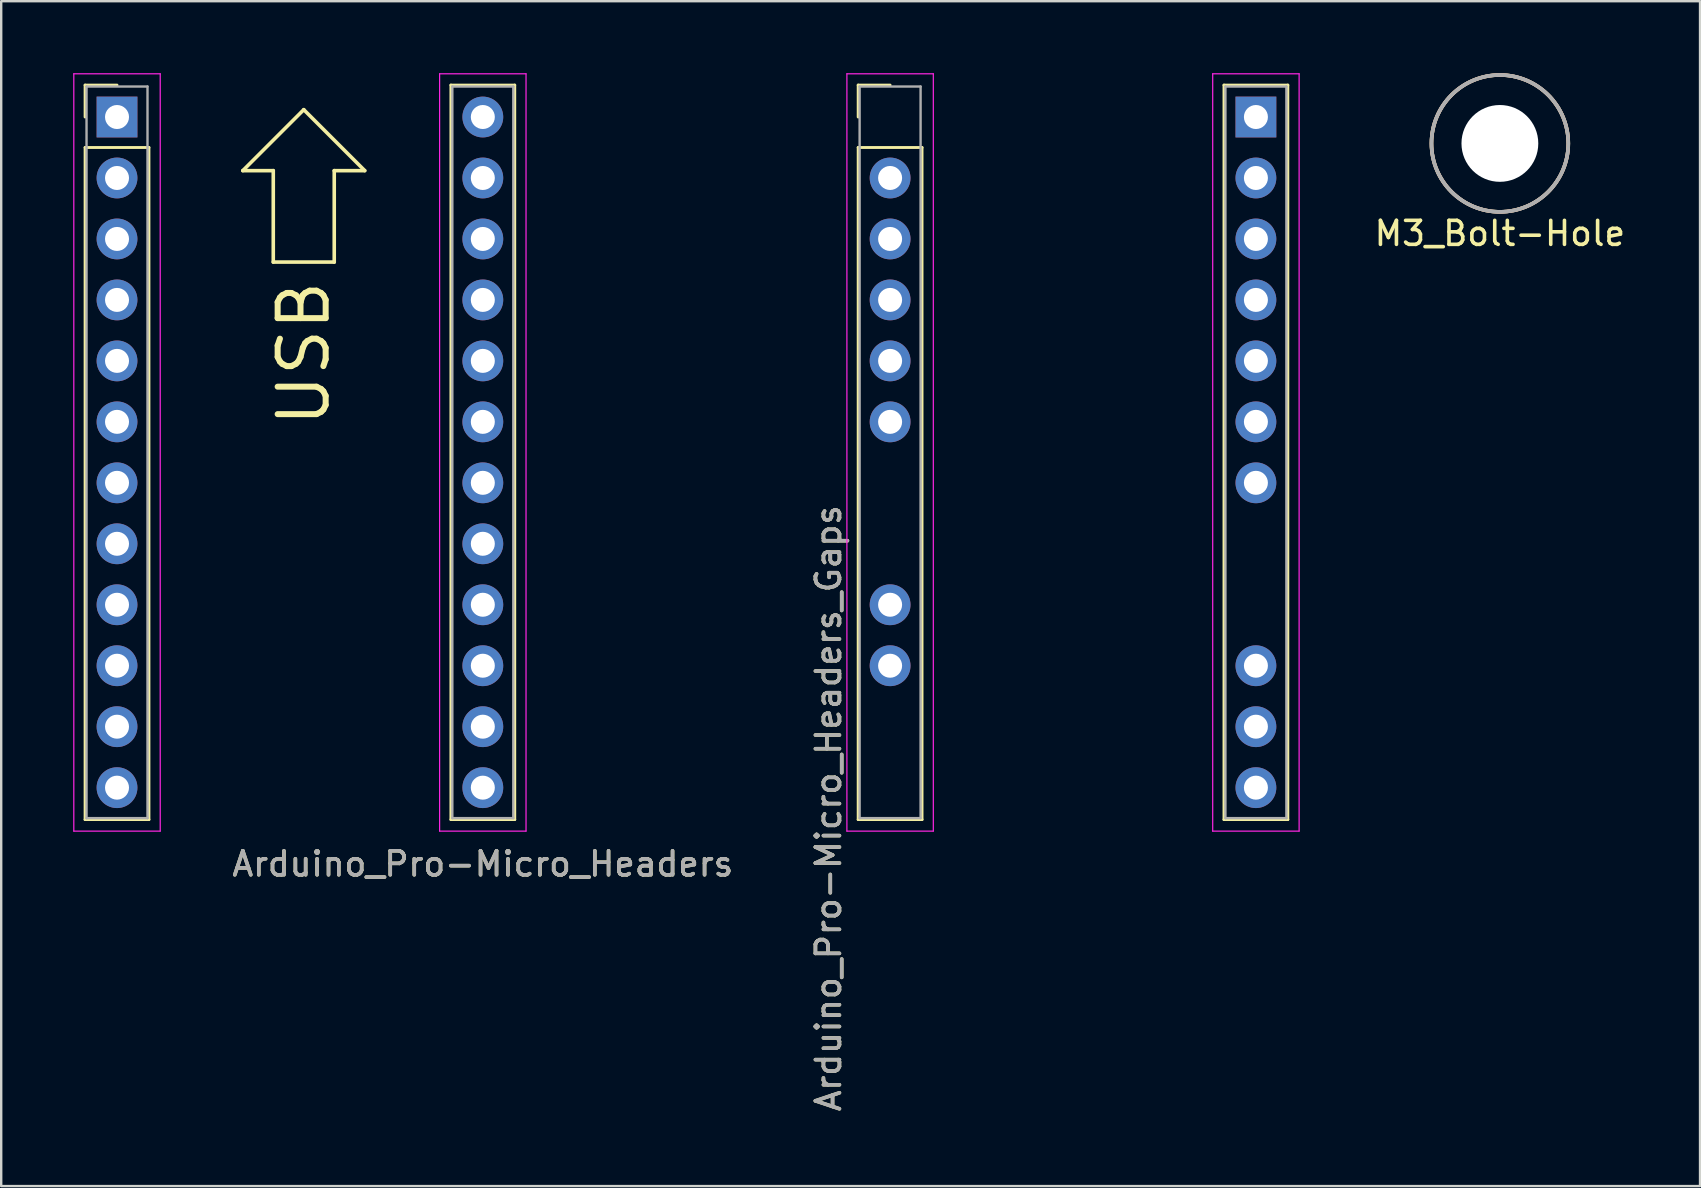
<source format=kicad_pcb>
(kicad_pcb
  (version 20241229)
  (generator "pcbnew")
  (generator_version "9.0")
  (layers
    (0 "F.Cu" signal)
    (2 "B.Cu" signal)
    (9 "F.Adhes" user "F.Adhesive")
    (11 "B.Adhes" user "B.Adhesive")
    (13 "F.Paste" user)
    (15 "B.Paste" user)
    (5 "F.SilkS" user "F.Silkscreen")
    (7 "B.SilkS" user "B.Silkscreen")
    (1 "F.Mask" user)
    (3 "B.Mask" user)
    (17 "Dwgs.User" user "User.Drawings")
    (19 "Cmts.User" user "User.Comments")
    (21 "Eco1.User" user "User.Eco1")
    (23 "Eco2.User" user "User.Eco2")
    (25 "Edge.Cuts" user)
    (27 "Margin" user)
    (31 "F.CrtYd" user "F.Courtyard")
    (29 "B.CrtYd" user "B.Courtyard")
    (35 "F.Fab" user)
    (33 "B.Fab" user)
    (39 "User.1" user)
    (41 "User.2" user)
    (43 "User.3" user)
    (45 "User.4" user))
  (footprint "Arduino_Pro-Micro_Headers_Gaps"
    (layer "F.Cu")
    (at 34.033 1.825)
    (property "Reference" "Arduino_Pro-Micro_Headers_Gaps" (at -2.566 28.795 90) (layer "F.SilkS") (effects (font (size 1 1) (thickness 0.15))))
    (attr through_hole)
    (fp_line (start -1.33 -1.33) (end 0 -1.33) (stroke (width 0.12) (type solid)) (layer "F.SilkS"))
    (fp_line (start -1.33 0) (end -1.33 -1.33) (stroke (width 0.12) (type solid)) (layer "F.SilkS"))
    (fp_line (start -1.33 1.27) (end -1.33 29.27) (stroke (width 0.12) (type solid)) (layer "F.SilkS"))
    (fp_line (start -1.33 29.27) (end 1.33 29.27) (stroke (width 0.12) (type solid)) (layer "F.SilkS"))
    (fp_line (start 1.33 1.27) (end -1.33 1.27) (stroke (width 0.12) (type solid)) (layer "F.SilkS"))
    (fp_line (start 1.33 29.27) (end 1.33 1.27) (stroke (width 0.12) (type solid)) (layer "F.SilkS"))
    (fp_line (start 13.91 -1.33) (end 13.91 29.27) (stroke (width 0.12) (type solid)) (layer "F.SilkS"))
    (fp_line (start 13.91 29.27) (end 16.57 29.27) (stroke (width 0.12) (type solid)) (layer "F.SilkS"))
    (fp_line (start 16.57 -1.33) (end 13.91 -1.33) (stroke (width 0.12) (type solid)) (layer "F.SilkS"))
    (fp_line (start 16.57 29.27) (end 16.57 -1.33) (stroke (width 0.12) (type solid)) (layer "F.SilkS"))
    (fp_line (start -1.8 -1.8) (end -1.8 29.75) (stroke (width 0.05) (type solid)) (layer "F.CrtYd"))
    (fp_line (start -1.8 29.75) (end 1.8 29.75) (stroke (width 0.05) (type solid)) (layer "F.CrtYd"))
    (fp_line (start 1.8 -1.8) (end -1.8 -1.8) (stroke (width 0.05) (type solid)) (layer "F.CrtYd"))
    (fp_line (start 1.8 29.75) (end 1.8 -1.8) (stroke (width 0.05) (type solid)) (layer "F.CrtYd"))
    (fp_line (start 13.44 -1.8) (end 13.44 29.75) (stroke (width 0.05) (type solid)) (layer "F.CrtYd"))
    (fp_line (start 13.44 29.75) (end 17.04 29.75) (stroke (width 0.05) (type solid)) (layer "F.CrtYd"))
    (fp_line (start 17.04 -1.8) (end 13.44 -1.8) (stroke (width 0.05) (type solid)) (layer "F.CrtYd"))
    (fp_line (start 17.04 29.75) (end 17.04 -1.8) (stroke (width 0.05) (type solid)) (layer "F.CrtYd"))
    (fp_line (start -1.27 -1.27) (end -1.27 29.21) (stroke (width 0.1) (type solid)) (layer "F.Fab"))
    (fp_line (start -1.27 29.21) (end 1.27 29.21) (stroke (width 0.1) (type solid)) (layer "F.Fab"))
    (fp_line (start 1.27 -1.27) (end -1.27 -1.27) (stroke (width 0.1) (type solid)) (layer "F.Fab"))
    (fp_line (start 1.27 29.21) (end 1.27 -1.27) (stroke (width 0.1) (type solid)) (layer "F.Fab"))
    (fp_line (start 13.97 -1.27) (end 13.97 29.21) (stroke (width 0.1) (type solid)) (layer "F.Fab"))
    (fp_line (start 13.97 29.21) (end 16.51 29.21) (stroke (width 0.1) (type solid)) (layer "F.Fab"))
    (fp_line (start 16.51 -1.27) (end 13.97 -1.27) (stroke (width 0.1) (type solid)) (layer "F.Fab"))
    (fp_line (start 16.51 29.21) (end 16.51 -1.27) (stroke (width 0.1) (type solid)) (layer "F.Fab"))
    (fp_text user "${REFERENCE}" (at -2.566 28.795 90) (layer "F.Fab") (effects (font (size 1 1) (thickness 0.15))))
    (pad "2" thru_hole oval (at 0 10.16) (size 1.7 1.7) (drill 1) (layers "*.Cu" "*.Mask"))
    (pad "3" thru_hole oval (at 0 12.7) (size 1.7 1.7) (drill 1) (layers "*.Cu" "*.Mask"))
    (pad "6" thru_hole oval (at 0 20.32) (size 1.7 1.7) (drill 1) (layers "*.Cu" "*.Mask"))
    (pad "7" thru_hole oval (at 0 22.86) (size 1.7 1.7) (drill 1) (layers "*.Cu" "*.Mask"))
    (pad "10" thru_hole oval (at 15.24 27.94) (size 1.7 1.7) (drill 1) (layers "*.Cu" "*.Mask"))
    (pad "14" thru_hole oval (at 15.24 22.86) (size 1.7 1.7) (drill 1) (layers "*.Cu" "*.Mask"))
    (pad "16" thru_hole oval (at 15.24 25.4) (size 1.7 1.7) (drill 1) (layers "*.Cu" "*.Mask"))
    (pad "A1" thru_hole oval (at 15.24 15.24) (size 1.7 1.7) (drill 1) (layers "*.Cu" "*.Mask"))
    (pad "A2" thru_hole oval (at 15.24 12.7) (size 1.7 1.7) (drill 1) (layers "*.Cu" "*.Mask"))
    (pad "A3" thru_hole oval (at 15.24 10.16) (size 1.7 1.7) (drill 1) (layers "*.Cu" "*.Mask"))
    (pad "GND" thru_hole oval (at 0 5.08) (size 1.7 1.7) (drill 1) (layers "*.Cu" "*.Mask"))
    (pad "GND" thru_hole oval (at 0 7.62) (size 1.7 1.7) (drill 1) (layers "*.Cu" "*.Mask"))
    (pad "GND" thru_hole oval (at 15.24 2.54) (size 1.7 1.7) (drill 1) (layers "*.Cu" "*.Mask"))
    (pad "RAW" thru_hole rect (at 15.24 0) (size 1.7 1.7) (drill 1) (layers "*.Cu" "*.Mask"))
    (pad "RST" thru_hole oval (at 15.24 5.08) (size 1.7 1.7) (drill 1) (layers "*.Cu" "*.Mask"))
    (pad "RX" thru_hole oval (at 0 2.54) (size 1.7 1.7) (drill 1) (layers "*.Cu" "*.Mask"))
    (pad "VCC" thru_hole oval (at 15.24 7.62) (size 1.7 1.7) (drill 1) (layers "*.Cu" "*.Mask")))
  (footprint "M3_Bolt-Hole"
    (layer "F.Cu")
    (at 59.437 2.925)
    (property "Reference" "M3_Bolt-Hole" (at 0 3.75 0) (layer "F.SilkS") (effects (font (size 1 1) (thickness 0.15))))
    (attr through_hole)
    (fp_circle (center 0 0) (end 2.75 -0.75) (stroke (width 0.15) (type solid)) (fill no) (layer "F.SilkS"))
    (fp_circle (center 0 0) (end 2.75 -0.75) (stroke (width 0.15) (type solid)) (fill no) (layer "B.SilkS"))
    (fp_circle (center 0 0) (end 2.75 -0.75) (stroke (width 0.15) (type solid)) (fill no) (layer "F.Fab"))
    (pad "" np_thru_hole circle (at 0 0) (size 3.2 3.2) (drill 3.2) (layers "*.Cu" "*.Mask")))
  (footprint "Arduino_Pro-Micro_Headers"
    (layer "F.Cu")
    (at 1.825 1.825)
    (property "Reference" "Arduino_Pro-Micro_Headers" (at 15.24 31.115 0) (layer "F.SilkS") (effects (font (size 1 1) (thickness 0.15))))
    (attr through_hole)
    (fp_line (start -1.33 -1.33) (end 0 -1.33) (stroke (width 0.12) (type solid)) (layer "F.SilkS"))
    (fp_line (start -1.33 0) (end -1.33 -1.33) (stroke (width 0.12) (type solid)) (layer "F.SilkS"))
    (fp_line (start -1.33 1.27) (end -1.33 29.27) (stroke (width 0.12) (type solid)) (layer "F.SilkS"))
    (fp_line (start -1.33 29.27) (end 1.33 29.27) (stroke (width 0.12) (type solid)) (layer "F.SilkS"))
    (fp_line (start 1.33 1.27) (end -1.33 1.27) (stroke (width 0.12) (type solid)) (layer "F.SilkS"))
    (fp_line (start 1.33 29.27) (end 1.33 1.27) (stroke (width 0.12) (type solid)) (layer "F.SilkS"))
    (fp_line (start 5.24 2.234) (end 7.78 -0.306) (stroke (width 0.15) (type solid)) (layer "F.SilkS"))
    (fp_line (start 6.51 2.234) (end 5.24 2.234) (stroke (width 0.15) (type solid)) (layer "F.SilkS"))
    (fp_line (start 6.51 6.044) (end 6.51 2.234) (stroke (width 0.15) (type solid)) (layer "F.SilkS"))
    (fp_line (start 7.78 -0.306) (end 10.32 2.234) (stroke (width 0.15) (type solid)) (layer "F.SilkS"))
    (fp_line (start 9.05 2.234) (end 9.05 6.044) (stroke (width 0.15) (type solid)) (layer "F.SilkS"))
    (fp_line (start 9.05 6.044) (end 6.51 6.044) (stroke (width 0.15) (type solid)) (layer "F.SilkS"))
    (fp_line (start 10.32 2.234) (end 9.05 2.234) (stroke (width 0.15) (type solid)) (layer "F.SilkS"))
    (fp_line (start 13.91 -1.33) (end 13.91 29.27) (stroke (width 0.12) (type solid)) (layer "F.SilkS"))
    (fp_line (start 13.91 29.27) (end 16.57 29.27) (stroke (width 0.12) (type solid)) (layer "F.SilkS"))
    (fp_line (start 16.57 -1.33) (end 13.91 -1.33) (stroke (width 0.12) (type solid)) (layer "F.SilkS"))
    (fp_line (start 16.57 29.27) (end 16.57 -1.33) (stroke (width 0.12) (type solid)) (layer "F.SilkS"))
    (fp_line (start -1.8 -1.8) (end -1.8 29.75) (stroke (width 0.05) (type solid)) (layer "F.CrtYd"))
    (fp_line (start -1.8 29.75) (end 1.8 29.75) (stroke (width 0.05) (type solid)) (layer "F.CrtYd"))
    (fp_line (start 1.8 -1.8) (end -1.8 -1.8) (stroke (width 0.05) (type solid)) (layer "F.CrtYd"))
    (fp_line (start 1.8 29.75) (end 1.8 -1.8) (stroke (width 0.05) (type solid)) (layer "F.CrtYd"))
    (fp_line (start 13.44 -1.8) (end 13.44 29.75) (stroke (width 0.05) (type solid)) (layer "F.CrtYd"))
    (fp_line (start 13.44 29.75) (end 17.04 29.75) (stroke (width 0.05) (type solid)) (layer "F.CrtYd"))
    (fp_line (start 17.04 -1.8) (end 13.44 -1.8) (stroke (width 0.05) (type solid)) (layer "F.CrtYd"))
    (fp_line (start 17.04 29.75) (end 17.04 -1.8) (stroke (width 0.05) (type solid)) (layer "F.CrtYd"))
    (fp_line (start -1.27 -1.27) (end -1.27 29.21) (stroke (width 0.1) (type solid)) (layer "F.Fab"))
    (fp_line (start -1.27 29.21) (end 1.27 29.21) (stroke (width 0.1) (type solid)) (layer "F.Fab"))
    (fp_line (start 1.27 -1.27) (end -1.27 -1.27) (stroke (width 0.1) (type solid)) (layer "F.Fab"))
    (fp_line (start 1.27 29.21) (end 1.27 -1.27) (stroke (width 0.1) (type solid)) (layer "F.Fab"))
    (fp_line (start 13.97 -1.27) (end 13.97 29.21) (stroke (width 0.1) (type solid)) (layer "F.Fab"))
    (fp_line (start 13.97 29.21) (end 16.51 29.21) (stroke (width 0.1) (type solid)) (layer "F.Fab"))
    (fp_line (start 16.51 -1.27) (end 13.97 -1.27) (stroke (width 0.1) (type solid)) (layer "F.Fab"))
    (fp_line (start 16.51 29.21) (end 16.51 -1.27) (stroke (width 0.1) (type solid)) (layer "F.Fab"))
    (fp_text user "USB" (at 7.78 9.854 270) (layer "F.SilkS") (effects (font (size 2 2) (thickness 0.25))))
    (fp_text user "${REFERENCE}" (at 15.24 31.115 0) (layer "F.Fab") (effects (font (size 1 1) (thickness 0.15))))
    (pad "2" thru_hole oval (at 0 10.16) (size 1.7 1.7) (drill 1) (layers "*.Cu" "*.Mask"))
    (pad "3" thru_hole oval (at 0 12.7) (size 1.7 1.7) (drill 1) (layers "*.Cu" "*.Mask"))
    (pad "4" thru_hole oval (at 0 15.24) (size 1.7 1.7) (drill 1) (layers "*.Cu" "*.Mask"))
    (pad "5" thru_hole oval (at 0 17.78) (size 1.7 1.7) (drill 1) (layers "*.Cu" "*.Mask"))
    (pad "6" thru_hole oval (at 0 20.32) (size 1.7 1.7) (drill 1) (layers "*.Cu" "*.Mask"))
    (pad "7" thru_hole oval (at 0 22.86) (size 1.7 1.7) (drill 1) (layers "*.Cu" "*.Mask"))
    (pad "8" thru_hole oval (at 0 25.4) (size 1.7 1.7) (drill 1) (layers "*.Cu" "*.Mask"))
    (pad "9" thru_hole oval (at 0 27.94) (size 1.7 1.7) (drill 1) (layers "*.Cu" "*.Mask"))
    (pad "10" thru_hole oval (at 15.24 27.94) (size 1.7 1.7) (drill 1) (layers "*.Cu" "*.Mask"))
    (pad "14" thru_hole oval (at 15.24 22.86) (size 1.7 1.7) (drill 1) (layers "*.Cu" "*.Mask"))
    (pad "15" thru_hole oval (at 15.24 20.32) (size 1.7 1.7) (drill 1) (layers "*.Cu" "*.Mask"))
    (pad "16" thru_hole oval (at 15.24 25.4) (size 1.7 1.7) (drill 1) (layers "*.Cu" "*.Mask"))
    (pad "A0" thru_hole oval (at 15.24 17.78) (size 1.7 1.7) (drill 1) (layers "*.Cu" "*.Mask"))
    (pad "A1" thru_hole oval (at 15.24 15.24) (size 1.7 1.7) (drill 1) (layers "*.Cu" "*.Mask"))
    (pad "A2" thru_hole oval (at 15.24 12.7) (size 1.7 1.7) (drill 1) (layers "*.Cu" "*.Mask"))
    (pad "A3" thru_hole oval (at 15.24 10.16) (size 1.7 1.7) (drill 1) (layers "*.Cu" "*.Mask"))
    (pad "GND" thru_hole oval (at 0 5.08) (size 1.7 1.7) (drill 1) (layers "*.Cu" "*.Mask"))
    (pad "GND" thru_hole oval (at 0 7.62) (size 1.7 1.7) (drill 1) (layers "*.Cu" "*.Mask"))
    (pad "GND" thru_hole oval (at 15.24 2.54) (size 1.7 1.7) (drill 1) (layers "*.Cu" "*.Mask"))
    (pad "RAW" thru_hole circle (at 15.24 0) (size 1.7 1.7) (drill 1) (layers "*.Cu" "*.Mask"))
    (pad "RST" thru_hole oval (at 15.24 5.08) (size 1.7 1.7) (drill 1) (layers "*.Cu" "*.Mask"))
    (pad "RX" thru_hole oval (at 0 2.54) (size 1.7 1.7) (drill 1) (layers "*.Cu" "*.Mask"))
    (pad "TX" thru_hole rect (at 0 0) (size 1.7 1.7) (drill 1) (layers "*.Cu" "*.Mask"))
    (pad "VCC" thru_hole oval (at 15.24 7.62) (size 1.7 1.7) (drill 1) (layers "*.Cu" "*.Mask")))
  (gr_rect
    (start -3 -3)
    (end 67.776 46.364)
    (stroke (width 0.1) (type default))
    (fill no)
    (layer "Edge.Cuts")))
</source>
